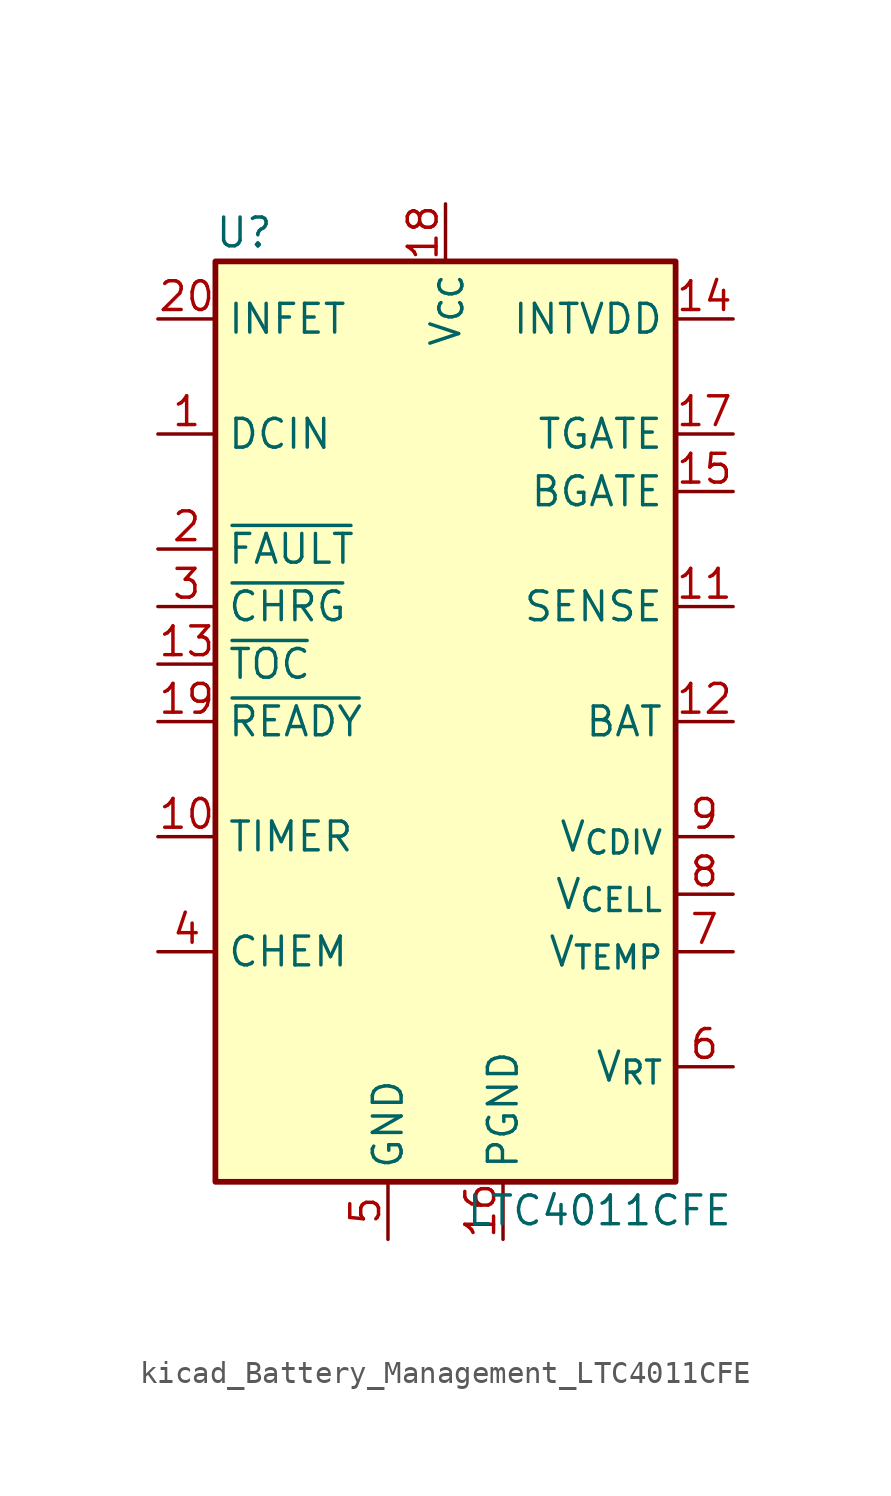
<source format=kicad_sym>
(kicad_symbol_lib
  (version 20220914)
  (generator kicad_symbol_editor)
  (symbol "kicad_Battery_Management_LTC4011CFE"
    (property "Reference" "U"
      (at -8.89 21.59 0)
      (effects (font (size 1.27 1.27))))
    (property "Value" "LTC4011CFE"
      (at 12.7 -21.59 0)
      (effects (font (size 1.27 1.27)) (justify right)))
    (symbol "kicad_Battery_Management_LTC4011CFE_0_1"
      (rectangle (start -10.16 20.32) (end 10.16 -20.32) (stroke (width 0.254) (type default)) (fill (type background))))
    (symbol "kicad_Battery_Management_LTC4011CFE_1_1"
      (pin input line (at -12.7 12.7 0) (length 2.54) (name "DCIN" (effects (font (size 1.27 1.27)))) (number "1" (effects (font (size 1.27 1.27)))))
      (pin passive line (at -12.7 -5.08 0) (length 2.54) (name "TIMER" (effects (font (size 1.27 1.27)))) (number "10" (effects (font (size 1.27 1.27)))))
      (pin input line (at 12.7 5.08 180) (length 2.54) (name "SENSE" (effects (font (size 1.27 1.27)))) (number "11" (effects (font (size 1.27 1.27)))))
      (pin power_out line (at 12.7 0 180) (length 2.54) (name "BAT" (effects (font (size 1.27 1.27)))) (number "12" (effects (font (size 1.27 1.27)))))
      (pin open_collector line (at -12.7 2.54 0) (length 2.54) (name "~{TOC}" (effects (font (size 1.27 1.27)))) (number "13" (effects (font (size 1.27 1.27)))))
      (pin power_out line (at 12.7 17.78 180) (length 2.54) (name "INTVDD" (effects (font (size 1.27 1.27)))) (number "14" (effects (font (size 1.27 1.27)))))
      (pin output line (at 12.7 10.16 180) (length 2.54) (name "BGATE" (effects (font (size 1.27 1.27)))) (number "15" (effects (font (size 1.27 1.27)))))
      (pin power_in line (at 2.54 -22.86 90) (length 2.54) (name "PGND" (effects (font (size 1.27 1.27)))) (number "16" (effects (font (size 1.27 1.27)))))
      (pin output line (at 12.7 12.7 180) (length 2.54) (name "TGATE" (effects (font (size 1.27 1.27)))) (number "17" (effects (font (size 1.27 1.27)))))
      (pin power_in line (at 0 22.86 270) (length 2.54) (name "V_{CC}" (effects (font (size 1.27 1.27)))) (number "18" (effects (font (size 1.27 1.27)))))
      (pin open_collector line (at -12.7 0 0) (length 2.54) (name "~{READY}" (effects (font (size 1.27 1.27)))) (number "19" (effects (font (size 1.27 1.27)))))
      (pin open_collector line (at -12.7 7.62 0) (length 2.54) (name "~{FAULT}" (effects (font (size 1.27 1.27)))) (number "2" (effects (font (size 1.27 1.27)))))
      (pin output line (at -12.7 17.78 0) (length 2.54) (name "INFET" (effects (font (size 1.27 1.27)))) (number "20" (effects (font (size 1.27 1.27)))))
      (pin passive line (at -2.54 -22.86 90) (length 2.54) hide (name "GND" (effects (font (size 1.27 1.27)))) (number "21" (effects (font (size 1.27 1.27)))))
      (pin open_collector line (at -12.7 5.08 0) (length 2.54) (name "~{CHRG}" (effects (font (size 1.27 1.27)))) (number "3" (effects (font (size 1.27 1.27)))))
      (pin passive line (at -12.7 -10.16 0) (length 2.54) (name "CHEM" (effects (font (size 1.27 1.27)))) (number "4" (effects (font (size 1.27 1.27)))))
      (pin power_in line (at -2.54 -22.86 90) (length 2.54) (name "GND" (effects (font (size 1.27 1.27)))) (number "5" (effects (font (size 1.27 1.27)))))
      (pin output line (at 12.7 -15.24 180) (length 2.54) (name "V_{RT}" (effects (font (size 1.27 1.27)))) (number "6" (effects (font (size 1.27 1.27)))))
      (pin input line (at 12.7 -10.16 180) (length 2.54) (name "V_{TEMP}" (effects (font (size 1.27 1.27)))) (number "7" (effects (font (size 1.27 1.27)))))
      (pin input line (at 12.7 -7.62 180) (length 2.54) (name "V_{CELL}" (effects (font (size 1.27 1.27)))) (number "8" (effects (font (size 1.27 1.27)))))
      (pin output line (at 12.7 -5.08 180) (length 2.54) (name "V_{CDIV}" (effects (font (size 1.27 1.27)))) (number "9" (effects (font (size 1.27 1.27))))))))
</source>
